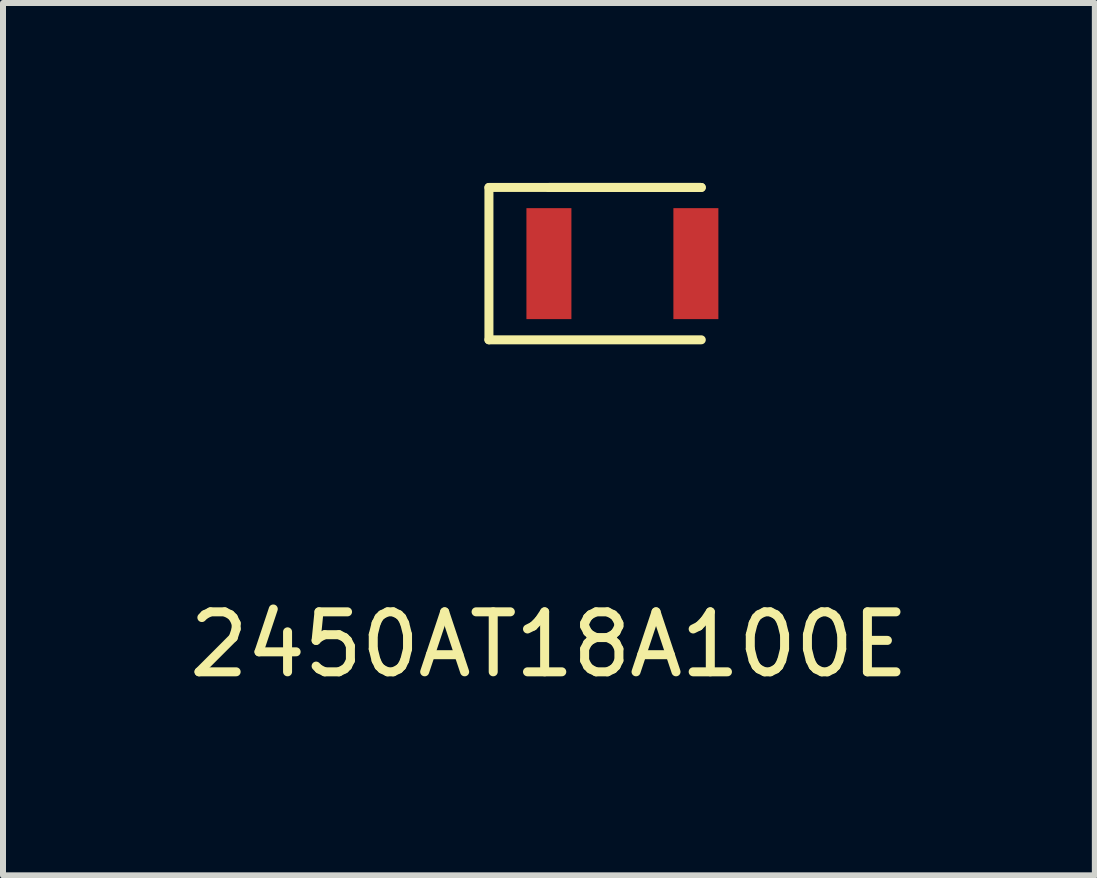
<source format=kicad_pcb>
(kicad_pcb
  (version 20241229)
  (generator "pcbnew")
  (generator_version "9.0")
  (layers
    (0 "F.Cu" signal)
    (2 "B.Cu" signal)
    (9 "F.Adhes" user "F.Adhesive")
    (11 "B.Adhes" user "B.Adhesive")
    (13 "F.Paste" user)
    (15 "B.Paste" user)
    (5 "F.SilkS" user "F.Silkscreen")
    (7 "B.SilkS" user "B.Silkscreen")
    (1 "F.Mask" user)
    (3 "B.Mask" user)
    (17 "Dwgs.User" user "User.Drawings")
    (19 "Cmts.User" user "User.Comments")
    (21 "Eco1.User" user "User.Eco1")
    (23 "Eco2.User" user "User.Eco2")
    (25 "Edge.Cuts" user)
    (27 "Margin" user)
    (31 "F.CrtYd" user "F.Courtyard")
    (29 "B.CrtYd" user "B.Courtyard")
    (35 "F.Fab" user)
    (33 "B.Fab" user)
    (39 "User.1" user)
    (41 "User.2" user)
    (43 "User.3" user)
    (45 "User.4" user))
  (footprint "2450AT18A100E"
    (layer "F.Cu")
    (at 6.101 1.345)
    (property "Reference" "2450AT18A100E" (at 0 6.35 0) (layer "F.SilkS") (effects (font (size 1 1) (thickness 0.15))))
    (attr through_hole)
    (fp_line (start -1 -1.27) (end -1 1.27) (stroke (width 0.15) (type solid)) (layer "F.SilkS"))
    (fp_line (start -1 1.27) (end 2.54 1.27) (stroke (width 0.15) (type solid)) (layer "F.SilkS"))
    (fp_line (start 0 -1.27) (end -1 -1.27) (stroke (width 0.15) (type solid)) (layer "F.SilkS"))
    (fp_line (start 0 -1.27) (end 2.54 -1.27) (stroke (width 0.15) (type solid)) (layer "F.SilkS"))
    (fp_line (start 2.54 -1.27) (end 0 -1.27) (stroke (width 0.15) (type solid)) (layer "F.SilkS"))
    (pad "1" smd rect (at 0 0) (size 0.75 1.85) (layers "F.Cu" "F.Mask" "F.Paste"))
    (pad "2" smd rect (at 2.45 0) (size 0.75 1.85) (layers "F.Cu" "F.Mask" "F.Paste")))
  (gr_rect
    (start -3 -3)
    (end 15.202 11.543)
    (stroke (width 0.1) (type default))
    (fill no)
    (layer "Edge.Cuts")))
</source>
